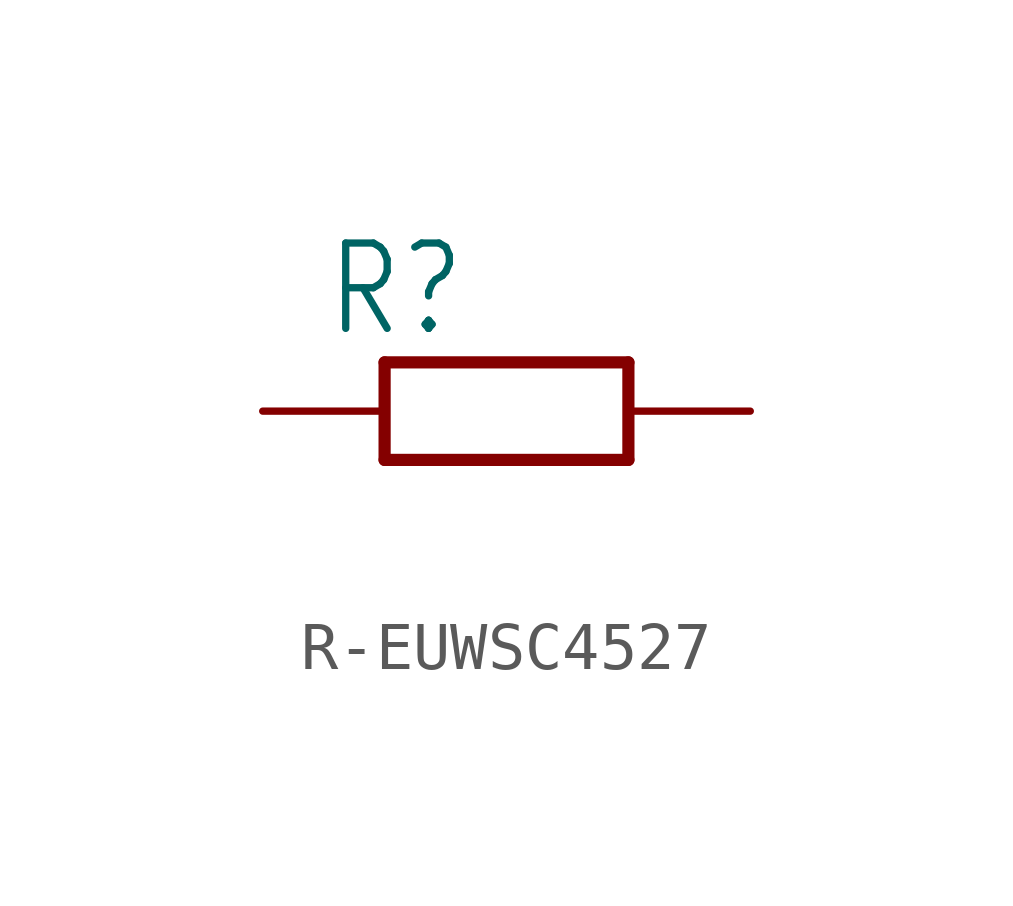
<source format=kicad_sym>
(kicad_symbol_lib
  (version 20220914)
  (generator kicad_symbol_editor)
  (symbol "R-EUWSC4527"
    (property "Reference" "R"
      (at -3.81 1.499 0)
      (effects (font (size 1.778 1.511)) (justify left bottom)))
    (property "Value" ""
      (at -3.81 -3.302 0)
      (effects (font (size 1.778 1.511)) (justify left bottom)))
    (property "ki_locked" ""
      (at 0 0 0)
      (effects (font (size 1.27 1.27))))
    (symbol "R-EUWSC4527_1_0"
      (polyline (pts (xy -2.54 -1.016) (xy -2.54 1.016)) (stroke (width 0.254) (type solid)) (fill (type none)))
      (polyline (pts (xy -2.54 1.016) (xy 2.54 1.016)) (stroke (width 0.254) (type solid)) (fill (type none)))
      (polyline (pts (xy 2.54 -1.016) (xy -2.54 -1.016)) (stroke (width 0.254) (type solid)) (fill (type none)))
      (polyline (pts (xy 2.54 1.016) (xy 2.54 -1.016)) (stroke (width 0.254) (type solid)) (fill (type none)))
      (pin passive line (at -5.08 0 0) (length 2.54) (name "1" (effects (font (size 0 0)))) (number "1" (effects (font (size 0 0)))))
      (pin passive line (at 5.08 0 180) (length 2.54) (name "2" (effects (font (size 0 0)))) (number "2" (effects (font (size 0 0))))))))
</source>
